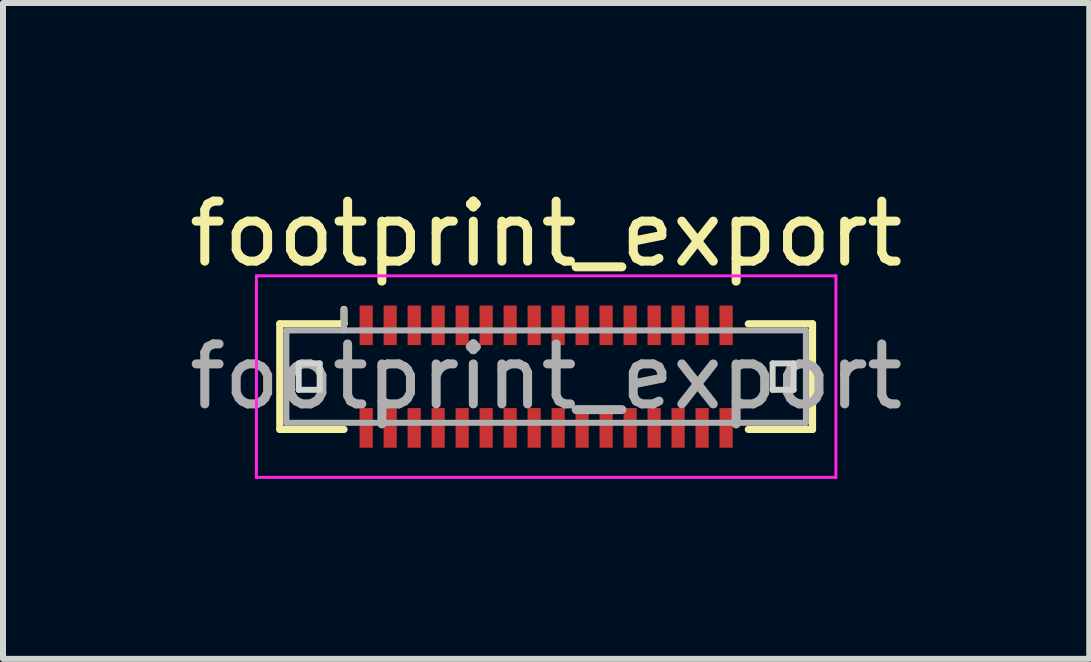
<source format=kicad_pcb>
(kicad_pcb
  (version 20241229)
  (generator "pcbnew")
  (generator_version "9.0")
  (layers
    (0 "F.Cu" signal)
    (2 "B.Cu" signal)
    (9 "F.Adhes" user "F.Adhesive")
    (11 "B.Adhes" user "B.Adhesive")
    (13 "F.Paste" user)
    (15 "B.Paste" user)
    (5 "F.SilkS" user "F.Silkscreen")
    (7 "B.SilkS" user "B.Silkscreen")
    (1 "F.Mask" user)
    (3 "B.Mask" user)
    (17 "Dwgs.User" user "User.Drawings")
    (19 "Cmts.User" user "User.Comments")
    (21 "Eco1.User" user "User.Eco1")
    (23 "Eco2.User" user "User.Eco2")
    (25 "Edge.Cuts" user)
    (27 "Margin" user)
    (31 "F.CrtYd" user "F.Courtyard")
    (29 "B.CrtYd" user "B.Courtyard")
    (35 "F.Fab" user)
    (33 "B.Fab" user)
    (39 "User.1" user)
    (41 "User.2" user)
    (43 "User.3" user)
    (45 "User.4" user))
  (footprint "footprint_export"
    (layer "F.Cu")
    (at 6.054 3.228)
    (property "Reference" "footprint_export" (at 0 -2.38 0) (layer "F.SilkS") (effects (font (size 1 1) (thickness 0.15))))
    (attr smd)
    (fp_line (start -4.44 -0.88) (end -3.37 -0.88) (stroke (width 0.12) (type solid)) (layer "F.SilkS"))
    (fp_line (start -4.44 0.88) (end -4.44 -0.88) (stroke (width 0.12) (type solid)) (layer "F.SilkS"))
    (fp_line (start -3.37 -0.88) (end -3.37 -1.12) (stroke (width 0.12) (type solid)) (layer "F.SilkS"))
    (fp_line (start -3.37 0.88) (end -4.44 0.88) (stroke (width 0.12) (type solid)) (layer "F.SilkS"))
    (fp_line (start 3.37 0.88) (end 4.44 0.88) (stroke (width 0.12) (type solid)) (layer "F.SilkS"))
    (fp_line (start 4.44 -0.88) (end 3.37 -0.88) (stroke (width 0.12) (type solid)) (layer "F.SilkS"))
    (fp_line (start 4.44 0.88) (end 4.44 -0.88) (stroke (width 0.12) (type solid)) (layer "F.SilkS"))
    (fp_line (start -4.125 -0.22) (end -4.125 0.22) (stroke (width 0.1) (type solid)) (layer "Edge.Cuts"))
    (fp_line (start -4.125 0.22) (end -3.775 0.22) (stroke (width 0.1) (type solid)) (layer "Edge.Cuts"))
    (fp_line (start -3.775 -0.22) (end -4.125 -0.22) (stroke (width 0.1) (type solid)) (layer "Edge.Cuts"))
    (fp_line (start -3.775 0.22) (end -3.775 -0.22) (stroke (width 0.1) (type solid)) (layer "Edge.Cuts"))
    (fp_line (start 3.775 -0.22) (end 3.775 0.22) (stroke (width 0.1) (type solid)) (layer "Edge.Cuts"))
    (fp_line (start 3.775 0.22) (end 4.125 0.22) (stroke (width 0.1) (type solid)) (layer "Edge.Cuts"))
    (fp_line (start 4.125 -0.22) (end 3.775 -0.22) (stroke (width 0.1) (type solid)) (layer "Edge.Cuts"))
    (fp_line (start 4.125 0.22) (end 4.125 -0.22) (stroke (width 0.1) (type solid)) (layer "Edge.Cuts"))
    (fp_line (start -4.83 -1.68) (end -4.83 1.68) (stroke (width 0.05) (type solid)) (layer "F.CrtYd"))
    (fp_line (start -4.83 1.68) (end 4.83 1.68) (stroke (width 0.05) (type solid)) (layer "F.CrtYd"))
    (fp_line (start 4.83 -1.68) (end -4.83 -1.68) (stroke (width 0.05) (type solid)) (layer "F.CrtYd"))
    (fp_line (start 4.83 1.68) (end 4.83 -1.68) (stroke (width 0.05) (type solid)) (layer "F.CrtYd"))
    (fp_line (start -4.33 -0.77) (end -4.33 0.77) (stroke (width 0.1) (type solid)) (layer "F.Fab"))
    (fp_line (start -4.33 0.77) (end 4.33 0.77) (stroke (width 0.1) (type solid)) (layer "F.Fab"))
    (fp_line (start -3.37 -0.77) (end -3.37 -1.12) (stroke (width 0.1) (type solid)) (layer "F.Fab"))
    (fp_line (start 4.33 -0.77) (end -4.33 -0.77) (stroke (width 0.1) (type solid)) (layer "F.Fab"))
    (fp_line (start 4.33 0.77) (end 4.33 -0.77) (stroke (width 0.1) (type solid)) (layer "F.Fab"))
    (fp_text user "${REFERENCE}" (at 0 0 0) (layer "F.Fab") (effects (font (size 1 1) (thickness 0.15))))
    (pad "1" smd rect (at -3 -0.855) (size 0.22 0.66) (layers "F.Cu" "F.Mask" "F.Paste"))
    (pad "2" smd rect (at -3 0.855) (size 0.22 0.66) (layers "F.Cu" "F.Mask" "F.Paste"))
    (pad "3" smd rect (at -2.6 -0.855) (size 0.22 0.66) (layers "F.Cu" "F.Mask" "F.Paste"))
    (pad "4" smd rect (at -2.6 0.855) (size 0.22 0.66) (layers "F.Cu" "F.Mask" "F.Paste"))
    (pad "5" smd rect (at -2.2 -0.855) (size 0.22 0.66) (layers "F.Cu" "F.Mask" "F.Paste"))
    (pad "6" smd rect (at -2.2 0.855) (size 0.22 0.66) (layers "F.Cu" "F.Mask" "F.Paste"))
    (pad "7" smd rect (at -1.8 -0.855) (size 0.22 0.66) (layers "F.Cu" "F.Mask" "F.Paste"))
    (pad "8" smd rect (at -1.8 0.855) (size 0.22 0.66) (layers "F.Cu" "F.Mask" "F.Paste"))
    (pad "9" smd rect (at -1.4 -0.855) (size 0.22 0.66) (layers "F.Cu" "F.Mask" "F.Paste"))
    (pad "10" smd rect (at -1.4 0.855) (size 0.22 0.66) (layers "F.Cu" "F.Mask" "F.Paste"))
    (pad "11" smd rect (at -1 -0.855) (size 0.22 0.66) (layers "F.Cu" "F.Mask" "F.Paste"))
    (pad "12" smd rect (at -1 0.855) (size 0.22 0.66) (layers "F.Cu" "F.Mask" "F.Paste"))
    (pad "13" smd rect (at -0.6 -0.855) (size 0.22 0.66) (layers "F.Cu" "F.Mask" "F.Paste"))
    (pad "14" smd rect (at -0.6 0.855) (size 0.22 0.66) (layers "F.Cu" "F.Mask" "F.Paste"))
    (pad "15" smd rect (at -0.2 -0.855) (size 0.22 0.66) (layers "F.Cu" "F.Mask" "F.Paste"))
    (pad "16" smd rect (at -0.2 0.855) (size 0.22 0.66) (layers "F.Cu" "F.Mask" "F.Paste"))
    (pad "17" smd rect (at 0.2 -0.855) (size 0.22 0.66) (layers "F.Cu" "F.Mask" "F.Paste"))
    (pad "18" smd rect (at 0.2 0.855) (size 0.22 0.66) (layers "F.Cu" "F.Mask" "F.Paste"))
    (pad "19" smd rect (at 0.6 -0.855) (size 0.22 0.66) (layers "F.Cu" "F.Mask" "F.Paste"))
    (pad "20" smd rect (at 0.6 0.855) (size 0.22 0.66) (layers "F.Cu" "F.Mask" "F.Paste"))
    (pad "21" smd rect (at 1 -0.855) (size 0.22 0.66) (layers "F.Cu" "F.Mask" "F.Paste"))
    (pad "22" smd rect (at 1 0.855) (size 0.22 0.66) (layers "F.Cu" "F.Mask" "F.Paste"))
    (pad "23" smd rect (at 1.4 -0.855) (size 0.22 0.66) (layers "F.Cu" "F.Mask" "F.Paste"))
    (pad "24" smd rect (at 1.4 0.855) (size 0.22 0.66) (layers "F.Cu" "F.Mask" "F.Paste"))
    (pad "25" smd rect (at 1.8 -0.855) (size 0.22 0.66) (layers "F.Cu" "F.Mask" "F.Paste"))
    (pad "26" smd rect (at 1.8 0.855) (size 0.22 0.66) (layers "F.Cu" "F.Mask" "F.Paste"))
    (pad "27" smd rect (at 2.2 -0.855) (size 0.22 0.66) (layers "F.Cu" "F.Mask" "F.Paste"))
    (pad "28" smd rect (at 2.2 0.855) (size 0.22 0.66) (layers "F.Cu" "F.Mask" "F.Paste"))
    (pad "29" smd rect (at 2.6 -0.855) (size 0.22 0.66) (layers "F.Cu" "F.Mask" "F.Paste"))
    (pad "30" smd rect (at 2.6 0.855) (size 0.22 0.66) (layers "F.Cu" "F.Mask" "F.Paste"))
    (pad "31" smd rect (at 3 -0.855) (size 0.22 0.66) (layers "F.Cu" "F.Mask" "F.Paste"))
    (pad "32" smd rect (at 3 0.855) (size 0.22 0.66) (layers "F.Cu" "F.Mask" "F.Paste")))
  (gr_rect
    (start -3 -3)
    (end 15.107 7.933)
    (stroke (width 0.1) (type default))
    (fill no)
    (layer "Edge.Cuts")))
</source>
